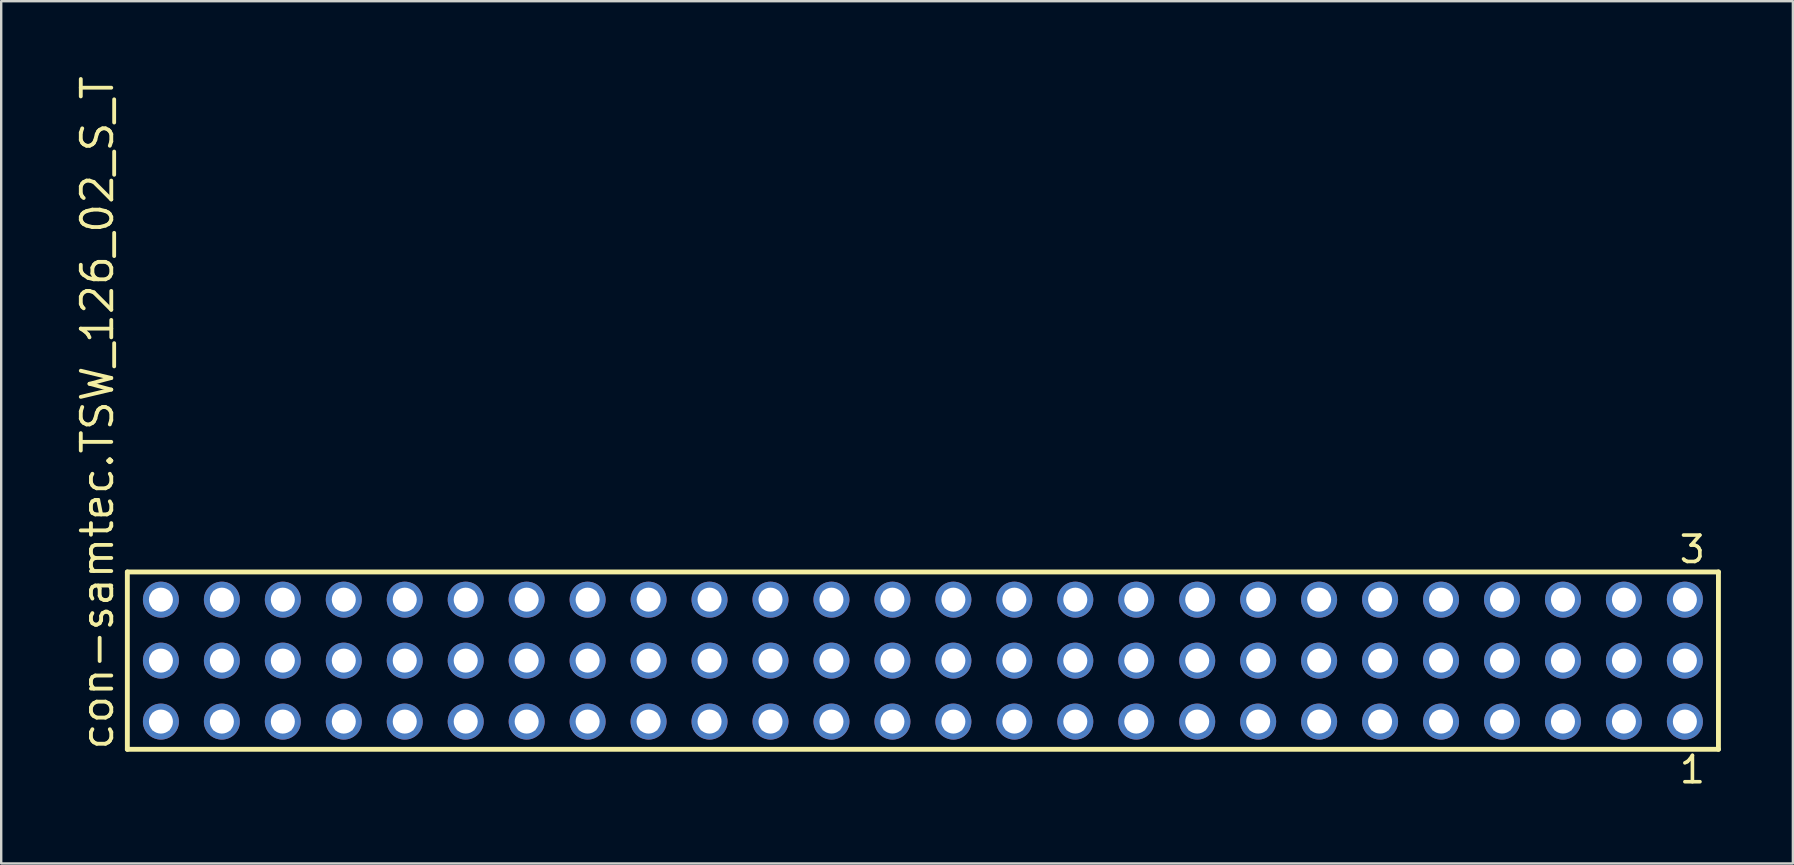
<source format=kicad_pcb>
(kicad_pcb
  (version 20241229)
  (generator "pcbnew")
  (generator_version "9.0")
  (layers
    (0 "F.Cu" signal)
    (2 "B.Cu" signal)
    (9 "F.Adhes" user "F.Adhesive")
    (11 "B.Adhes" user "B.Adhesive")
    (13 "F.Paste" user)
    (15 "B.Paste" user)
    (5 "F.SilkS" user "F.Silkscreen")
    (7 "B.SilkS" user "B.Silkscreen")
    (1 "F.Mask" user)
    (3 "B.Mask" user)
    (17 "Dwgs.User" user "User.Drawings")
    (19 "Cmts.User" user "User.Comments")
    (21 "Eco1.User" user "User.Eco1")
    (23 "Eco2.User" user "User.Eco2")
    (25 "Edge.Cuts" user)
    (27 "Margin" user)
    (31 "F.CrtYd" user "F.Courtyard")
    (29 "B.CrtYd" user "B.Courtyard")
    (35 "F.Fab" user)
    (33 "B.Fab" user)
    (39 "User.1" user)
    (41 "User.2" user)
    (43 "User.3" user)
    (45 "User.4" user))
  (footprint "con-samtec.TSW_126_02_S_T"
    (layer "F.Cu")
    (at 35.405 24.477)
    (property "Reference" "con-samtec.TSW_126_02_S_T" (at -33.655 3.81 90) (layer "F.SilkS") (effects (font (size 1.27 1.27) (thickness 0.16)) (justify left bottom)))
    (attr through_hole)
    (fp_line (start -33.149 -3.695) (end 33.149 -3.695) (stroke (width 0.203) (type default)) (layer "F.SilkS"))
    (fp_line (start -33.149 3.695) (end -33.149 -3.695) (stroke (width 0.203) (type default)) (layer "F.SilkS"))
    (fp_line (start 33.149 -3.695) (end 33.149 3.695) (stroke (width 0.203) (type default)) (layer "F.SilkS"))
    (fp_line (start 33.149 3.695) (end -33.149 3.695) (stroke (width 0.203) (type default)) (layer "F.SilkS"))
    (fp_rect (start -32.1 -2.19) (end -31.4 -2.89) (stroke (width 0.05) (type default)) (fill no) (layer "F.Fab"))
    (fp_rect (start -32.1 0.35) (end -31.4 -0.35) (stroke (width 0.05) (type default)) (fill no) (layer "F.Fab"))
    (fp_rect (start -32.1 2.89) (end -31.4 2.19) (stroke (width 0.05) (type default)) (fill no) (layer "F.Fab"))
    (fp_rect (start -29.56 -2.19) (end -28.86 -2.89) (stroke (width 0.05) (type default)) (fill no) (layer "F.Fab"))
    (fp_rect (start -29.56 0.35) (end -28.86 -0.35) (stroke (width 0.05) (type default)) (fill no) (layer "F.Fab"))
    (fp_rect (start -29.56 2.89) (end -28.86 2.19) (stroke (width 0.05) (type default)) (fill no) (layer "F.Fab"))
    (fp_rect (start -27.02 -2.19) (end -26.32 -2.89) (stroke (width 0.05) (type default)) (fill no) (layer "F.Fab"))
    (fp_rect (start -27.02 0.35) (end -26.32 -0.35) (stroke (width 0.05) (type default)) (fill no) (layer "F.Fab"))
    (fp_rect (start -27.02 2.89) (end -26.32 2.19) (stroke (width 0.05) (type default)) (fill no) (layer "F.Fab"))
    (fp_rect (start -24.48 -2.19) (end -23.78 -2.89) (stroke (width 0.05) (type default)) (fill no) (layer "F.Fab"))
    (fp_rect (start -24.48 0.35) (end -23.78 -0.35) (stroke (width 0.05) (type default)) (fill no) (layer "F.Fab"))
    (fp_rect (start -24.48 2.89) (end -23.78 2.19) (stroke (width 0.05) (type default)) (fill no) (layer "F.Fab"))
    (fp_rect (start -21.94 -2.19) (end -21.24 -2.89) (stroke (width 0.05) (type default)) (fill no) (layer "F.Fab"))
    (fp_rect (start -21.94 0.35) (end -21.24 -0.35) (stroke (width 0.05) (type default)) (fill no) (layer "F.Fab"))
    (fp_rect (start -21.94 2.89) (end -21.24 2.19) (stroke (width 0.05) (type default)) (fill no) (layer "F.Fab"))
    (fp_rect (start -19.4 -2.19) (end -18.7 -2.89) (stroke (width 0.05) (type default)) (fill no) (layer "F.Fab"))
    (fp_rect (start -19.4 0.35) (end -18.7 -0.35) (stroke (width 0.05) (type default)) (fill no) (layer "F.Fab"))
    (fp_rect (start -19.4 2.89) (end -18.7 2.19) (stroke (width 0.05) (type default)) (fill no) (layer "F.Fab"))
    (fp_rect (start -16.86 -2.19) (end -16.16 -2.89) (stroke (width 0.05) (type default)) (fill no) (layer "F.Fab"))
    (fp_rect (start -16.86 0.35) (end -16.16 -0.35) (stroke (width 0.05) (type default)) (fill no) (layer "F.Fab"))
    (fp_rect (start -16.86 2.89) (end -16.16 2.19) (stroke (width 0.05) (type default)) (fill no) (layer "F.Fab"))
    (fp_rect (start -14.32 -2.19) (end -13.62 -2.89) (stroke (width 0.05) (type default)) (fill no) (layer "F.Fab"))
    (fp_rect (start -14.32 0.35) (end -13.62 -0.35) (stroke (width 0.05) (type default)) (fill no) (layer "F.Fab"))
    (fp_rect (start -14.32 2.89) (end -13.62 2.19) (stroke (width 0.05) (type default)) (fill no) (layer "F.Fab"))
    (fp_rect (start -11.78 -2.19) (end -11.08 -2.89) (stroke (width 0.05) (type default)) (fill no) (layer "F.Fab"))
    (fp_rect (start -11.78 0.35) (end -11.08 -0.35) (stroke (width 0.05) (type default)) (fill no) (layer "F.Fab"))
    (fp_rect (start -11.78 2.89) (end -11.08 2.19) (stroke (width 0.05) (type default)) (fill no) (layer "F.Fab"))
    (fp_rect (start -9.24 -2.19) (end -8.54 -2.89) (stroke (width 0.05) (type default)) (fill no) (layer "F.Fab"))
    (fp_rect (start -9.24 0.35) (end -8.54 -0.35) (stroke (width 0.05) (type default)) (fill no) (layer "F.Fab"))
    (fp_rect (start -9.24 2.89) (end -8.54 2.19) (stroke (width 0.05) (type default)) (fill no) (layer "F.Fab"))
    (fp_rect (start -6.7 -2.19) (end -6 -2.89) (stroke (width 0.05) (type default)) (fill no) (layer "F.Fab"))
    (fp_rect (start -6.7 0.35) (end -6 -0.35) (stroke (width 0.05) (type default)) (fill no) (layer "F.Fab"))
    (fp_rect (start -6.7 2.89) (end -6 2.19) (stroke (width 0.05) (type default)) (fill no) (layer "F.Fab"))
    (fp_rect (start -4.16 -2.19) (end -3.46 -2.89) (stroke (width 0.05) (type default)) (fill no) (layer "F.Fab"))
    (fp_rect (start -4.16 0.35) (end -3.46 -0.35) (stroke (width 0.05) (type default)) (fill no) (layer "F.Fab"))
    (fp_rect (start -4.16 2.89) (end -3.46 2.19) (stroke (width 0.05) (type default)) (fill no) (layer "F.Fab"))
    (fp_rect (start -1.62 -2.19) (end -0.92 -2.89) (stroke (width 0.05) (type default)) (fill no) (layer "F.Fab"))
    (fp_rect (start -1.62 0.35) (end -0.92 -0.35) (stroke (width 0.05) (type default)) (fill no) (layer "F.Fab"))
    (fp_rect (start -1.62 2.89) (end -0.92 2.19) (stroke (width 0.05) (type default)) (fill no) (layer "F.Fab"))
    (fp_rect (start 0.92 -2.19) (end 1.62 -2.89) (stroke (width 0.05) (type default)) (fill no) (layer "F.Fab"))
    (fp_rect (start 0.92 0.35) (end 1.62 -0.35) (stroke (width 0.05) (type default)) (fill no) (layer "F.Fab"))
    (fp_rect (start 0.92 2.89) (end 1.62 2.19) (stroke (width 0.05) (type default)) (fill no) (layer "F.Fab"))
    (fp_rect (start 3.46 -2.19) (end 4.16 -2.89) (stroke (width 0.05) (type default)) (fill no) (layer "F.Fab"))
    (fp_rect (start 3.46 0.35) (end 4.16 -0.35) (stroke (width 0.05) (type default)) (fill no) (layer "F.Fab"))
    (fp_rect (start 3.46 2.89) (end 4.16 2.19) (stroke (width 0.05) (type default)) (fill no) (layer "F.Fab"))
    (fp_rect (start 6 -2.19) (end 6.7 -2.89) (stroke (width 0.05) (type default)) (fill no) (layer "F.Fab"))
    (fp_rect (start 6 0.35) (end 6.7 -0.35) (stroke (width 0.05) (type default)) (fill no) (layer "F.Fab"))
    (fp_rect (start 6 2.89) (end 6.7 2.19) (stroke (width 0.05) (type default)) (fill no) (layer "F.Fab"))
    (fp_rect (start 8.54 -2.19) (end 9.24 -2.89) (stroke (width 0.05) (type default)) (fill no) (layer "F.Fab"))
    (fp_rect (start 8.54 0.35) (end 9.24 -0.35) (stroke (width 0.05) (type default)) (fill no) (layer "F.Fab"))
    (fp_rect (start 8.54 2.89) (end 9.24 2.19) (stroke (width 0.05) (type default)) (fill no) (layer "F.Fab"))
    (fp_rect (start 11.08 -2.19) (end 11.78 -2.89) (stroke (width 0.05) (type default)) (fill no) (layer "F.Fab"))
    (fp_rect (start 11.08 0.35) (end 11.78 -0.35) (stroke (width 0.05) (type default)) (fill no) (layer "F.Fab"))
    (fp_rect (start 11.08 2.89) (end 11.78 2.19) (stroke (width 0.05) (type default)) (fill no) (layer "F.Fab"))
    (fp_rect (start 13.62 -2.19) (end 14.32 -2.89) (stroke (width 0.05) (type default)) (fill no) (layer "F.Fab"))
    (fp_rect (start 13.62 0.35) (end 14.32 -0.35) (stroke (width 0.05) (type default)) (fill no) (layer "F.Fab"))
    (fp_rect (start 13.62 2.89) (end 14.32 2.19) (stroke (width 0.05) (type default)) (fill no) (layer "F.Fab"))
    (fp_rect (start 16.16 -2.19) (end 16.86 -2.89) (stroke (width 0.05) (type default)) (fill no) (layer "F.Fab"))
    (fp_rect (start 16.16 0.35) (end 16.86 -0.35) (stroke (width 0.05) (type default)) (fill no) (layer "F.Fab"))
    (fp_rect (start 16.16 2.89) (end 16.86 2.19) (stroke (width 0.05) (type default)) (fill no) (layer "F.Fab"))
    (fp_rect (start 18.7 -2.19) (end 19.4 -2.89) (stroke (width 0.05) (type default)) (fill no) (layer "F.Fab"))
    (fp_rect (start 18.7 0.35) (end 19.4 -0.35) (stroke (width 0.05) (type default)) (fill no) (layer "F.Fab"))
    (fp_rect (start 18.7 2.89) (end 19.4 2.19) (stroke (width 0.05) (type default)) (fill no) (layer "F.Fab"))
    (fp_rect (start 21.24 -2.19) (end 21.94 -2.89) (stroke (width 0.05) (type default)) (fill no) (layer "F.Fab"))
    (fp_rect (start 21.24 0.35) (end 21.94 -0.35) (stroke (width 0.05) (type default)) (fill no) (layer "F.Fab"))
    (fp_rect (start 21.24 2.89) (end 21.94 2.19) (stroke (width 0.05) (type default)) (fill no) (layer "F.Fab"))
    (fp_rect (start 23.78 -2.19) (end 24.48 -2.89) (stroke (width 0.05) (type default)) (fill no) (layer "F.Fab"))
    (fp_rect (start 23.78 0.35) (end 24.48 -0.35) (stroke (width 0.05) (type default)) (fill no) (layer "F.Fab"))
    (fp_rect (start 23.78 2.89) (end 24.48 2.19) (stroke (width 0.05) (type default)) (fill no) (layer "F.Fab"))
    (fp_rect (start 26.32 -2.19) (end 27.02 -2.89) (stroke (width 0.05) (type default)) (fill no) (layer "F.Fab"))
    (fp_rect (start 26.32 0.35) (end 27.02 -0.35) (stroke (width 0.05) (type default)) (fill no) (layer "F.Fab"))
    (fp_rect (start 26.32 2.89) (end 27.02 2.19) (stroke (width 0.05) (type default)) (fill no) (layer "F.Fab"))
    (fp_rect (start 28.86 -2.19) (end 29.56 -2.89) (stroke (width 0.05) (type default)) (fill no) (layer "F.Fab"))
    (fp_rect (start 28.86 0.35) (end 29.56 -0.35) (stroke (width 0.05) (type default)) (fill no) (layer "F.Fab"))
    (fp_rect (start 28.86 2.89) (end 29.56 2.19) (stroke (width 0.05) (type default)) (fill no) (layer "F.Fab"))
    (fp_rect (start 31.4 -2.19) (end 32.1 -2.89) (stroke (width 0.05) (type default)) (fill no) (layer "F.Fab"))
    (fp_rect (start 31.4 0.35) (end 32.1 -0.35) (stroke (width 0.05) (type default)) (fill no) (layer "F.Fab"))
    (fp_rect (start 31.4 2.89) (end 32.1 2.19) (stroke (width 0.05) (type default)) (fill no) (layer "F.Fab"))
    (fp_text user "1" (at 31.442 5.188 0) (layer "F.SilkS") (effects (font (size 1.1 1.1) (thickness 0.15)) (justify left bottom)))
    (fp_text user "3" (at 31.438 -3.989 0) (layer "F.SilkS") (effects (font (size 1.1 1.1) (thickness 0.15)) (justify left bottom)))
    (pad "1" thru_hole circle (at 31.75 2.54 180) (size 1.5 1.5) (drill 1) (layers "*.Cu" "*.Mask"))
    (pad "2" thru_hole circle (at 31.75 0 180) (size 1.5 1.5) (drill 1) (layers "*.Cu" "*.Mask"))
    (pad "3" thru_hole circle (at 31.75 -2.54 180) (size 1.5 1.5) (drill 1) (layers "*.Cu" "*.Mask"))
    (pad "4" thru_hole circle (at 29.21 2.54 180) (size 1.5 1.5) (drill 1) (layers "*.Cu" "*.Mask"))
    (pad "5" thru_hole circle (at 29.21 0 180) (size 1.5 1.5) (drill 1) (layers "*.Cu" "*.Mask"))
    (pad "6" thru_hole circle (at 29.21 -2.54 180) (size 1.5 1.5) (drill 1) (layers "*.Cu" "*.Mask"))
    (pad "7" thru_hole circle (at 26.67 2.54 180) (size 1.5 1.5) (drill 1) (layers "*.Cu" "*.Mask"))
    (pad "8" thru_hole circle (at 26.67 0 180) (size 1.5 1.5) (drill 1) (layers "*.Cu" "*.Mask"))
    (pad "9" thru_hole circle (at 26.67 -2.54 180) (size 1.5 1.5) (drill 1) (layers "*.Cu" "*.Mask"))
    (pad "10" thru_hole circle (at 24.13 2.54 180) (size 1.5 1.5) (drill 1) (layers "*.Cu" "*.Mask"))
    (pad "11" thru_hole circle (at 24.13 0 180) (size 1.5 1.5) (drill 1) (layers "*.Cu" "*.Mask"))
    (pad "12" thru_hole circle (at 24.13 -2.54 180) (size 1.5 1.5) (drill 1) (layers "*.Cu" "*.Mask"))
    (pad "13" thru_hole circle (at 21.59 2.54 180) (size 1.5 1.5) (drill 1) (layers "*.Cu" "*.Mask"))
    (pad "14" thru_hole circle (at 21.59 0 180) (size 1.5 1.5) (drill 1) (layers "*.Cu" "*.Mask"))
    (pad "15" thru_hole circle (at 21.59 -2.54 180) (size 1.5 1.5) (drill 1) (layers "*.Cu" "*.Mask"))
    (pad "16" thru_hole circle (at 19.05 2.54 180) (size 1.5 1.5) (drill 1) (layers "*.Cu" "*.Mask"))
    (pad "17" thru_hole circle (at 19.05 0 180) (size 1.5 1.5) (drill 1) (layers "*.Cu" "*.Mask"))
    (pad "18" thru_hole circle (at 19.05 -2.54 180) (size 1.5 1.5) (drill 1) (layers "*.Cu" "*.Mask"))
    (pad "19" thru_hole circle (at 16.51 2.54 180) (size 1.5 1.5) (drill 1) (layers "*.Cu" "*.Mask"))
    (pad "20" thru_hole circle (at 16.51 0 180) (size 1.5 1.5) (drill 1) (layers "*.Cu" "*.Mask"))
    (pad "21" thru_hole circle (at 16.51 -2.54 180) (size 1.5 1.5) (drill 1) (layers "*.Cu" "*.Mask"))
    (pad "22" thru_hole circle (at 13.97 2.54 180) (size 1.5 1.5) (drill 1) (layers "*.Cu" "*.Mask"))
    (pad "23" thru_hole circle (at 13.97 0 180) (size 1.5 1.5) (drill 1) (layers "*.Cu" "*.Mask"))
    (pad "24" thru_hole circle (at 13.97 -2.54 180) (size 1.5 1.5) (drill 1) (layers "*.Cu" "*.Mask"))
    (pad "25" thru_hole circle (at 11.43 2.54 180) (size 1.5 1.5) (drill 1) (layers "*.Cu" "*.Mask"))
    (pad "26" thru_hole circle (at 11.43 0 180) (size 1.5 1.5) (drill 1) (layers "*.Cu" "*.Mask"))
    (pad "27" thru_hole circle (at 11.43 -2.54 180) (size 1.5 1.5) (drill 1) (layers "*.Cu" "*.Mask"))
    (pad "28" thru_hole circle (at 8.89 2.54 180) (size 1.5 1.5) (drill 1) (layers "*.Cu" "*.Mask"))
    (pad "29" thru_hole circle (at 8.89 0 180) (size 1.5 1.5) (drill 1) (layers "*.Cu" "*.Mask"))
    (pad "30" thru_hole circle (at 8.89 -2.54 180) (size 1.5 1.5) (drill 1) (layers "*.Cu" "*.Mask"))
    (pad "31" thru_hole circle (at 6.35 2.54 180) (size 1.5 1.5) (drill 1) (layers "*.Cu" "*.Mask"))
    (pad "32" thru_hole circle (at 6.35 0 180) (size 1.5 1.5) (drill 1) (layers "*.Cu" "*.Mask"))
    (pad "33" thru_hole circle (at 6.35 -2.54 180) (size 1.5 1.5) (drill 1) (layers "*.Cu" "*.Mask"))
    (pad "34" thru_hole circle (at 3.81 2.54 180) (size 1.5 1.5) (drill 1) (layers "*.Cu" "*.Mask"))
    (pad "35" thru_hole circle (at 3.81 0 180) (size 1.5 1.5) (drill 1) (layers "*.Cu" "*.Mask"))
    (pad "36" thru_hole circle (at 3.81 -2.54 180) (size 1.5 1.5) (drill 1) (layers "*.Cu" "*.Mask"))
    (pad "37" thru_hole circle (at 1.27 2.54 180) (size 1.5 1.5) (drill 1) (layers "*.Cu" "*.Mask"))
    (pad "38" thru_hole circle (at 1.27 0 180) (size 1.5 1.5) (drill 1) (layers "*.Cu" "*.Mask"))
    (pad "39" thru_hole circle (at 1.27 -2.54 180) (size 1.5 1.5) (drill 1) (layers "*.Cu" "*.Mask"))
    (pad "40" thru_hole circle (at -1.27 2.54 180) (size 1.5 1.5) (drill 1) (layers "*.Cu" "*.Mask"))
    (pad "41" thru_hole circle (at -1.27 0 180) (size 1.5 1.5) (drill 1) (layers "*.Cu" "*.Mask"))
    (pad "42" thru_hole circle (at -1.27 -2.54 180) (size 1.5 1.5) (drill 1) (layers "*.Cu" "*.Mask"))
    (pad "43" thru_hole circle (at -3.81 2.54 180) (size 1.5 1.5) (drill 1) (layers "*.Cu" "*.Mask"))
    (pad "44" thru_hole circle (at -3.81 0 180) (size 1.5 1.5) (drill 1) (layers "*.Cu" "*.Mask"))
    (pad "45" thru_hole circle (at -3.81 -2.54 180) (size 1.5 1.5) (drill 1) (layers "*.Cu" "*.Mask"))
    (pad "46" thru_hole circle (at -6.35 2.54 180) (size 1.5 1.5) (drill 1) (layers "*.Cu" "*.Mask"))
    (pad "47" thru_hole circle (at -6.35 0 180) (size 1.5 1.5) (drill 1) (layers "*.Cu" "*.Mask"))
    (pad "48" thru_hole circle (at -6.35 -2.54 180) (size 1.5 1.5) (drill 1) (layers "*.Cu" "*.Mask"))
    (pad "49" thru_hole circle (at -8.89 2.54 180) (size 1.5 1.5) (drill 1) (layers "*.Cu" "*.Mask"))
    (pad "50" thru_hole circle (at -8.89 0 180) (size 1.5 1.5) (drill 1) (layers "*.Cu" "*.Mask"))
    (pad "51" thru_hole circle (at -8.89 -2.54 180) (size 1.5 1.5) (drill 1) (layers "*.Cu" "*.Mask"))
    (pad "52" thru_hole circle (at -11.43 2.54 180) (size 1.5 1.5) (drill 1) (layers "*.Cu" "*.Mask"))
    (pad "53" thru_hole circle (at -11.43 0 180) (size 1.5 1.5) (drill 1) (layers "*.Cu" "*.Mask"))
    (pad "54" thru_hole circle (at -11.43 -2.54 180) (size 1.5 1.5) (drill 1) (layers "*.Cu" "*.Mask"))
    (pad "55" thru_hole circle (at -13.97 2.54 180) (size 1.5 1.5) (drill 1) (layers "*.Cu" "*.Mask"))
    (pad "56" thru_hole circle (at -13.97 0 180) (size 1.5 1.5) (drill 1) (layers "*.Cu" "*.Mask"))
    (pad "57" thru_hole circle (at -13.97 -2.54 180) (size 1.5 1.5) (drill 1) (layers "*.Cu" "*.Mask"))
    (pad "58" thru_hole circle (at -16.51 2.54 180) (size 1.5 1.5) (drill 1) (layers "*.Cu" "*.Mask"))
    (pad "59" thru_hole circle (at -16.51 0 180) (size 1.5 1.5) (drill 1) (layers "*.Cu" "*.Mask"))
    (pad "60" thru_hole circle (at -16.51 -2.54 180) (size 1.5 1.5) (drill 1) (layers "*.Cu" "*.Mask"))
    (pad "61" thru_hole circle (at -19.05 2.54 180) (size 1.5 1.5) (drill 1) (layers "*.Cu" "*.Mask"))
    (pad "62" thru_hole circle (at -19.05 0 180) (size 1.5 1.5) (drill 1) (layers "*.Cu" "*.Mask"))
    (pad "63" thru_hole circle (at -19.05 -2.54 180) (size 1.5 1.5) (drill 1) (layers "*.Cu" "*.Mask"))
    (pad "64" thru_hole circle (at -21.59 2.54 180) (size 1.5 1.5) (drill 1) (layers "*.Cu" "*.Mask"))
    (pad "65" thru_hole circle (at -21.59 0 180) (size 1.5 1.5) (drill 1) (layers "*.Cu" "*.Mask"))
    (pad "66" thru_hole circle (at -21.59 -2.54 180) (size 1.5 1.5) (drill 1) (layers "*.Cu" "*.Mask"))
    (pad "67" thru_hole circle (at -24.13 2.54 180) (size 1.5 1.5) (drill 1) (layers "*.Cu" "*.Mask"))
    (pad "68" thru_hole circle (at -24.13 0 180) (size 1.5 1.5) (drill 1) (layers "*.Cu" "*.Mask"))
    (pad "69" thru_hole circle (at -24.13 -2.54 180) (size 1.5 1.5) (drill 1) (layers "*.Cu" "*.Mask"))
    (pad "70" thru_hole circle (at -26.67 2.54 180) (size 1.5 1.5) (drill 1) (layers "*.Cu" "*.Mask"))
    (pad "71" thru_hole circle (at -26.67 0 180) (size 1.5 1.5) (drill 1) (layers "*.Cu" "*.Mask"))
    (pad "72" thru_hole circle (at -26.67 -2.54 180) (size 1.5 1.5) (drill 1) (layers "*.Cu" "*.Mask"))
    (pad "73" thru_hole circle (at -29.21 2.54 180) (size 1.5 1.5) (drill 1) (layers "*.Cu" "*.Mask"))
    (pad "74" thru_hole circle (at -29.21 0 180) (size 1.5 1.5) (drill 1) (layers "*.Cu" "*.Mask"))
    (pad "75" thru_hole circle (at -29.21 -2.54 180) (size 1.5 1.5) (drill 1) (layers "*.Cu" "*.Mask"))
    (pad "76" thru_hole circle (at -31.75 2.54 180) (size 1.5 1.5) (drill 1) (layers "*.Cu" "*.Mask"))
    (pad "77" thru_hole circle (at -31.75 0 180) (size 1.5 1.5) (drill 1) (layers "*.Cu" "*.Mask"))
    (pad "78" thru_hole circle (at -31.75 -2.54 180) (size 1.5 1.5) (drill 1) (layers "*.Cu" "*.Mask")))
  (gr_rect
    (start -3 -3)
    (end 71.656 32.928)
    (stroke (width 0.1) (type default))
    (fill no)
    (layer "Edge.Cuts")))
</source>
